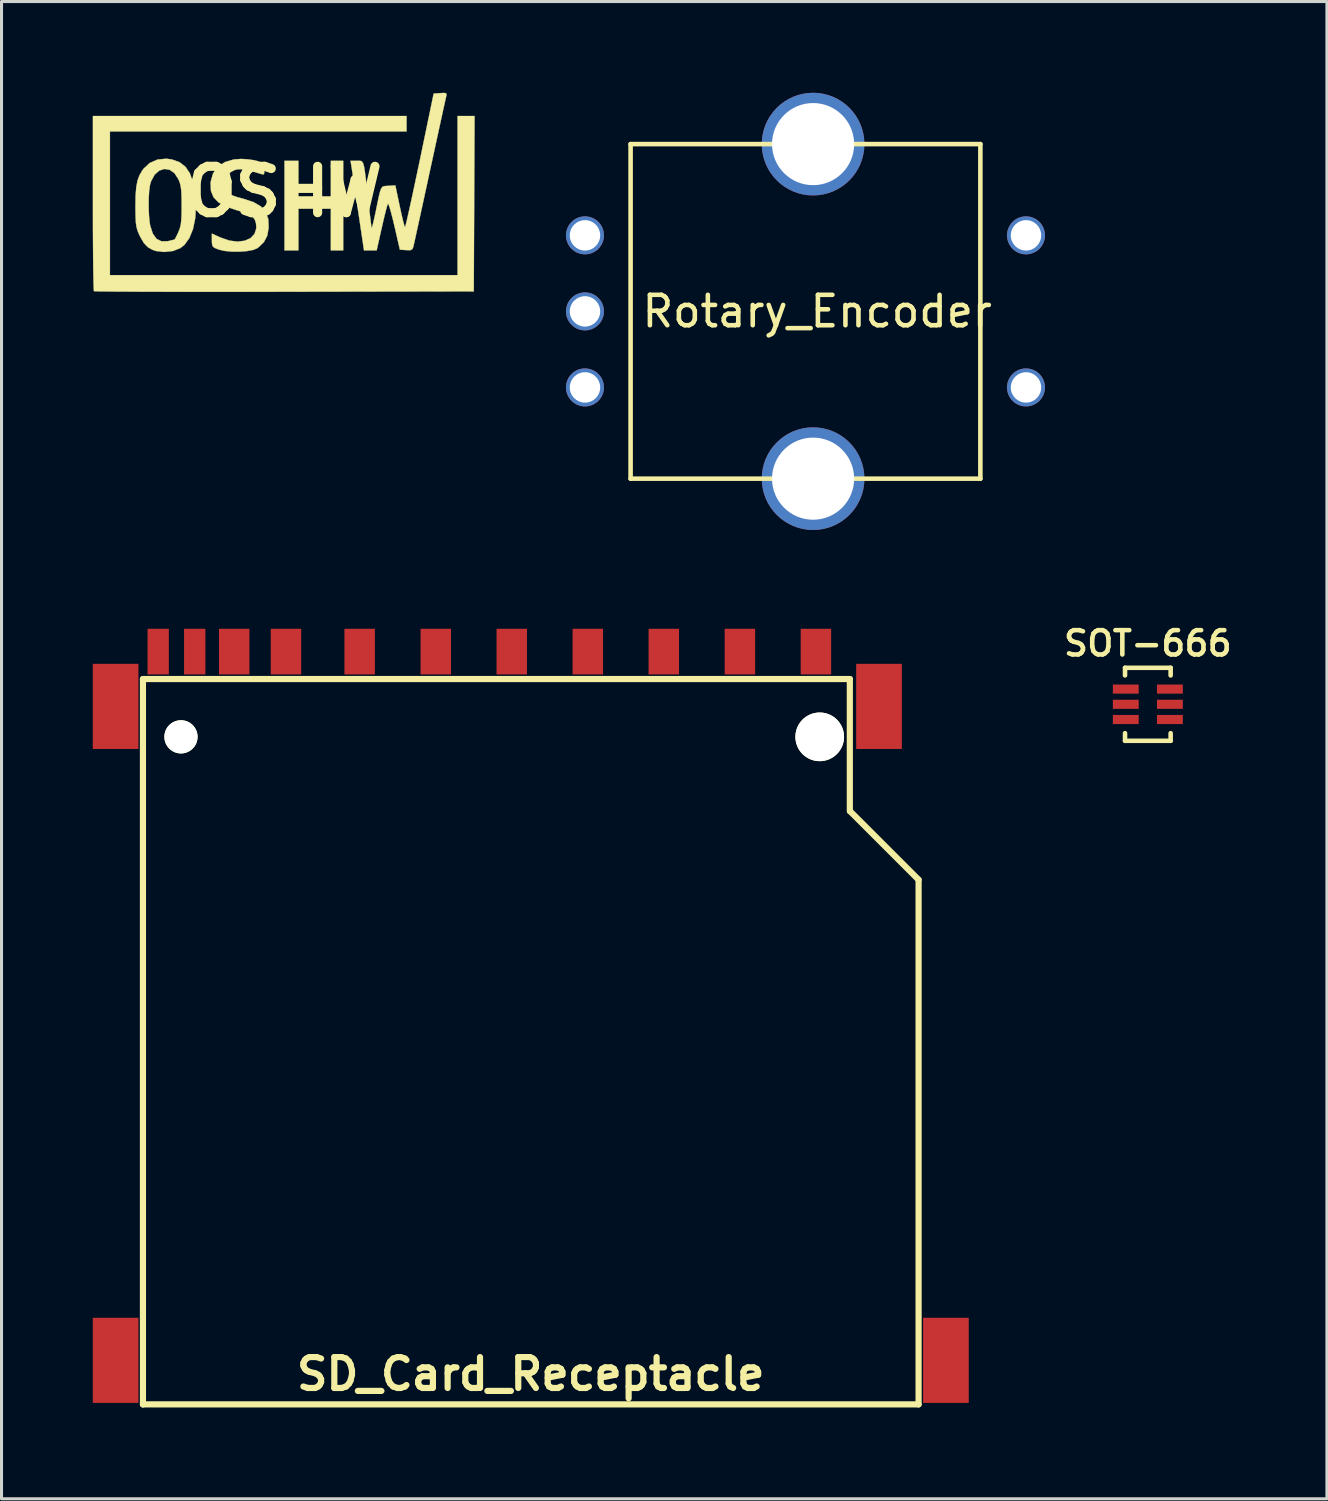
<source format=kicad_pcb>
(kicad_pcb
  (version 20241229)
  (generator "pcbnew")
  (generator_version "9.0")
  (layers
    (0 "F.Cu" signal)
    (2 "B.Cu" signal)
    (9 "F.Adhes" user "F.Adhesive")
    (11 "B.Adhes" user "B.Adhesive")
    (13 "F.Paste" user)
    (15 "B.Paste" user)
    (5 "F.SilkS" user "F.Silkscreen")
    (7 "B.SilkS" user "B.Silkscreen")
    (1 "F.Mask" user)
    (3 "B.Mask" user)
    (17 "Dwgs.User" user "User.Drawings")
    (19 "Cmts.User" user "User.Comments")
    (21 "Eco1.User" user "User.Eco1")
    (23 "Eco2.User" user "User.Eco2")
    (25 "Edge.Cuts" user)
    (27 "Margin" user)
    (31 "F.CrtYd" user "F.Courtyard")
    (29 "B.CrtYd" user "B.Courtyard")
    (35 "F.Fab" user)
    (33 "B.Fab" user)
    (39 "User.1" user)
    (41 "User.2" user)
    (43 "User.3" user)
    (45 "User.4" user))
  (footprint "OSHW"
    (layer "F.Cu")
    (at 6.304 3.253)
    (property "Reference" "OSHW" (at 0 0 0) (layer "F.SilkS") (effects (font (size 1.524 1.524) (thickness 0.3))))
    (attr through_hole)
    (fp_poly (pts (xy 0.457 0.152) (xy 1.524 0.152) (xy 1.524 -1.016) (xy 1.93 -1.016) (xy 1.93 1.93) (xy 1.524 1.93) (xy 1.524 0.559) (xy 0.457 0.559) (xy 0.457 1.93) (xy 0 1.93) (xy 0 -1.016) (xy 0.457 -1.016) (xy 0.457 0.152)) (stroke (width 0.01) (type solid)) (fill yes) (layer "F.SilkS"))
    (fp_poly (pts (xy 6.236 0.394) (xy 6.223 3.277) (xy -0.004 3.289) (xy -0.791 3.291) (xy -1.55 3.292) (xy -2.275 3.292) (xy -2.958 3.292) (xy -3.595 3.291) (xy -4.18 3.289) (xy -4.704 3.288) (xy -5.164 3.285) (xy -5.552 3.283) (xy -5.862 3.279) (xy -6.089 3.276) (xy -6.225 3.272) (xy -6.265 3.268) (xy -6.271 3.213) (xy -6.277 3.064) (xy -6.283 2.833) (xy -6.288 2.528) (xy -6.292 2.158) (xy -6.295 1.732) (xy -6.298 1.26) (xy -6.299 0.751) (xy -6.299 0.373) (xy -6.299 -2.489) (xy 4.013 -2.489) (xy 4.013 -1.981) (xy -5.74 -1.981) (xy -5.74 2.743) (xy 5.69 2.743) (xy 5.69 -2.489) (xy 5.969 -2.489) (xy 6.249 -2.489) (xy 6.236 0.394)) (stroke (width 0.01) (type solid)) (fill yes) (layer "F.SilkS"))
    (fp_poly (pts (xy -1.211 -1.065) (xy -1.006 -1.036) (xy -0.889 -1.007) (xy -0.758 -0.954) (xy -0.696 -0.888) (xy -0.672 -0.771) (xy -0.67 -0.742) (xy -0.664 -0.617) (xy -0.685 -0.569) (xy -0.748 -0.576) (xy -0.771 -0.583) (xy -1.059 -0.67) (xy -1.273 -0.722) (xy -1.434 -0.742) (xy -1.562 -0.733) (xy -1.658 -0.705) (xy -1.865 -0.587) (xy -1.987 -0.425) (xy -2.017 -0.231) (xy -2.011 -0.182) (xy -1.972 -0.064) (xy -1.896 0.028) (xy -1.766 0.104) (xy -1.565 0.175) (xy -1.351 0.233) (xy -1.015 0.344) (xy -0.771 0.488) (xy -0.612 0.675) (xy -0.532 0.91) (xy -0.521 1.182) (xy -0.567 1.448) (xy -0.677 1.657) (xy -0.869 1.84) (xy -0.883 1.851) (xy -1.022 1.912) (xy -1.231 1.952) (xy -1.48 1.972) (xy -1.742 1.97) (xy -1.985 1.945) (xy -2.172 1.899) (xy -2.305 1.844) (xy -2.368 1.785) (xy -2.386 1.684) (xy -2.388 1.599) (xy -2.388 1.377) (xy -2.108 1.505) (xy -1.816 1.607) (xy -1.545 1.641) (xy -1.307 1.612) (xy -1.117 1.526) (xy -0.986 1.388) (xy -0.927 1.202) (xy -0.936 1.045) (xy -0.976 0.918) (xy -1.054 0.819) (xy -1.187 0.738) (xy -1.392 0.661) (xy -1.581 0.605) (xy -1.923 0.489) (xy -2.172 0.351) (xy -2.334 0.182) (xy -2.418 -0.025) (xy -2.431 -0.279) (xy -2.426 -0.332) (xy -2.349 -0.603) (xy -2.192 -0.819) (xy -1.962 -0.973) (xy -1.669 -1.06) (xy -1.423 -1.078) (xy -1.211 -1.065)) (stroke (width 0.01) (type solid)) (fill yes) (layer "F.SilkS"))
    (fp_poly (pts (xy -3.697 -1.059) (xy -3.449 -0.969) (xy -3.255 -0.819) (xy -3.109 -0.599) (xy -3.005 -0.3) (xy -2.942 0.041) (xy -2.911 0.469) (xy -2.934 0.868) (xy -3.007 1.223) (xy -3.127 1.521) (xy -3.289 1.747) (xy -3.427 1.856) (xy -3.669 1.949) (xy -3.949 1.981) (xy -4.221 1.951) (xy -4.343 1.91) (xy -4.498 1.82) (xy -4.623 1.688) (xy -4.739 1.491) (xy -4.785 1.395) (xy -4.834 1.276) (xy -4.867 1.156) (xy -4.887 1.012) (xy -4.897 0.819) (xy -4.901 0.553) (xy -4.901 0.525) (xy -4.466 0.525) (xy -4.454 0.808) (xy -4.428 1.046) (xy -4.416 1.113) (xy -4.331 1.377) (xy -4.209 1.549) (xy -4.045 1.631) (xy -3.835 1.627) (xy -3.785 1.615) (xy -3.674 1.587) (xy -3.617 1.575) (xy -3.617 1.575) (xy -3.589 1.533) (xy -3.534 1.425) (xy -3.492 1.333) (xy -3.444 1.214) (xy -3.412 1.089) (xy -3.393 0.934) (xy -3.384 0.726) (xy -3.382 0.457) (xy -3.385 0.173) (xy -3.394 -0.034) (xy -3.414 -0.187) (xy -3.447 -0.311) (xy -3.488 -0.41) (xy -3.618 -0.61) (xy -3.778 -0.721) (xy -3.951 -0.748) (xy -4.12 -0.693) (xy -4.27 -0.559) (xy -4.384 -0.351) (xy -4.422 -0.225) (xy -4.45 -0.027) (xy -4.465 0.235) (xy -4.466 0.525) (xy -4.901 0.525) (xy -4.901 0.483) (xy -4.896 0.128) (xy -4.874 -0.147) (xy -4.834 -0.363) (xy -4.768 -0.541) (xy -4.674 -0.701) (xy -4.64 -0.749) (xy -4.434 -0.943) (xy -4.177 -1.057) (xy -3.882 -1.085) (xy -3.697 -1.059)) (stroke (width 0.01) (type solid)) (fill yes) (layer "F.SilkS"))
    (fp_poly (pts (xy 5.32 -3.23) (xy 5.326 -3.177) (xy 5.317 -3.14) (xy 5.301 -3.068) (xy 5.265 -2.906) (xy 5.212 -2.667) (xy 5.145 -2.358) (xy 5.065 -1.992) (xy 4.975 -1.578) (xy 4.877 -1.126) (xy 4.778 -0.673) (xy 4.675 -0.195) (xy 4.577 0.255) (xy 4.487 0.669) (xy 4.407 1.034) (xy 4.34 1.341) (xy 4.288 1.579) (xy 4.252 1.738) (xy 4.237 1.806) (xy 4.204 1.889) (xy 4.14 1.922) (xy 4.012 1.921) (xy 3.998 1.92) (xy 3.793 1.905) (xy 3.615 1.129) (xy 3.552 0.868) (xy 3.495 0.649) (xy 3.447 0.489) (xy 3.413 0.402) (xy 3.401 0.392) (xy 3.378 0.453) (xy 3.338 0.596) (xy 3.287 0.8) (xy 3.228 1.049) (xy 3.198 1.181) (xy 3.03 1.93) (xy 2.614 1.93) (xy 2.423 0.648) (xy 2.37 0.288) (xy 2.32 -0.049) (xy 2.275 -0.345) (xy 2.239 -0.586) (xy 2.213 -0.755) (xy 2.202 -0.826) (xy 2.171 -1.016) (xy 2.377 -1.016) (xy 2.449 -1.017) (xy 2.504 -1.013) (xy 2.547 -0.992) (xy 2.581 -0.942) (xy 2.61 -0.851) (xy 2.636 -0.707) (xy 2.664 -0.5) (xy 2.697 -0.217) (xy 2.738 0.155) (xy 2.744 0.203) (xy 2.778 0.503) (xy 2.809 0.768) (xy 2.835 0.983) (xy 2.854 1.13) (xy 2.864 1.192) (xy 2.879 1.166) (xy 2.909 1.058) (xy 2.949 0.885) (xy 2.993 0.684) (xy 3.056 0.373) (xy 3.104 0.146) (xy 3.143 -0.008) (xy 3.179 -0.106) (xy 3.219 -0.159) (xy 3.269 -0.182) (xy 3.336 -0.189) (xy 3.412 -0.193) (xy 3.644 -0.208) (xy 3.789 0.48) (xy 3.843 0.729) (xy 3.892 0.938) (xy 3.932 1.089) (xy 3.958 1.163) (xy 3.962 1.168) (xy 3.978 1.12) (xy 4.012 0.983) (xy 4.062 0.766) (xy 4.126 0.479) (xy 4.202 0.133) (xy 4.286 -0.262) (xy 4.378 -0.697) (xy 4.448 -1.029) (xy 4.904 -3.226) (xy 5.126 -3.242) (xy 5.262 -3.248) (xy 5.32 -3.23)) (stroke (width 0.01) (type solid)) (fill yes) (layer "F.SilkS")))
  (footprint "SOT-666"
    (layer "F.Cu")
    (at 34.689 20.106)
    (property "Reference" "SOT-666" (at 0 -2 0) (layer "F.SilkS") (effects (font (size 0.8 0.8) (thickness 0.15))))
    (attr smd)
    (fp_line (start -0.75 -1.2) (end -0.75 -0.95) (stroke (width 0.15) (type solid)) (layer "F.SilkS"))
    (fp_line (start -0.75 1.2) (end -0.75 0.95) (stroke (width 0.15) (type solid)) (layer "F.SilkS"))
    (fp_line (start -0.75 1.2) (end 0.75 1.2) (stroke (width 0.15) (type solid)) (layer "F.SilkS"))
    (fp_line (start 0.75 -1.2) (end -0.75 -1.2) (stroke (width 0.15) (type solid)) (layer "F.SilkS"))
    (fp_line (start 0.75 -1.2) (end 0.75 -0.95) (stroke (width 0.15) (type solid)) (layer "F.SilkS"))
    (fp_line (start 0.75 1.2) (end 0.75 0.95) (stroke (width 0.15) (type solid)) (layer "F.SilkS"))
    (pad "1" smd rect (at -0.725 -0.5 90) (size 0.3 0.85) (layers "F.Cu" "F.Mask" "F.Paste"))
    (pad "2" smd rect (at -0.725 0 90) (size 0.3 0.85) (layers "F.Cu" "F.Mask" "F.Paste"))
    (pad "3" smd rect (at -0.725 0.5 90) (size 0.3 0.85) (layers "F.Cu" "F.Mask" "F.Paste"))
    (pad "4" smd rect (at 0.725 0.5 90) (size 0.3 0.85) (layers "F.Cu" "F.Mask" "F.Paste"))
    (pad "5" smd rect (at 0.725 0 90) (size 0.3 0.85) (layers "F.Cu" "F.Mask" "F.Paste"))
    (pad "6" smd rect (at 0.725 -0.5 90) (size 0.3 0.85) (layers "F.Cu" "F.Mask" "F.Paste")))
  (footprint "SD_Card_Receptacle"
    (layer "F.Cu")
    (at 14.401 17.625)
    (property "Reference" "SD_Card_Receptacle" (at 0 24.5 0) (layer "F.SilkS") (effects (font (size 1.016 1.016) (thickness 0.203))))
    (attr through_hole)
    (fp_line (start -12.751 1.651) (end 10.49 1.651) (stroke (width 0.203) (type solid)) (layer "F.SilkS"))
    (fp_line (start -12.751 25.502) (end -12.751 1.651) (stroke (width 0.203) (type solid)) (layer "F.SilkS"))
    (fp_line (start 10.49 1.651) (end 10.49 5.994) (stroke (width 0.203) (type solid)) (layer "F.SilkS"))
    (fp_line (start 10.5 5.999) (end 12.751 8.25) (stroke (width 0.203) (type solid)) (layer "F.SilkS"))
    (fp_line (start 12.751 8.25) (end 12.751 25.499) (stroke (width 0.203) (type solid)) (layer "F.SilkS"))
    (fp_line (start 12.751 25.499) (end -12.751 25.499) (stroke (width 0.203) (type solid)) (layer "F.SilkS"))
    (pad "" np_thru_hole circle (at -11.501 3.551) (size 1.092 1.092) (drill 1.092) (layers "*.Cu" "*.Mask" "F.SilkS"))
    (pad "" np_thru_hole circle (at 9.5 3.551) (size 1.6 1.6) (drill 1.6) (layers "*.Cu" "*.Mask" "F.SilkS"))
    (pad "1" smd rect (at 6.876 0.749) (size 1.001 1.501) (layers "F.Cu" "F.Mask" "F.Paste"))
    (pad "2" smd rect (at 4.374 0.749) (size 1.001 1.501) (layers "F.Cu" "F.Mask" "F.Paste"))
    (pad "3" smd rect (at 1.875 0.749) (size 1.001 1.501) (layers "F.Cu" "F.Mask" "F.Paste"))
    (pad "4" smd rect (at -0.625 0.749) (size 1.001 1.501) (layers "F.Cu" "F.Mask" "F.Paste"))
    (pad "5" smd rect (at -3.124 0.749) (size 1.001 1.501) (layers "F.Cu" "F.Mask" "F.Paste"))
    (pad "6" smd rect (at -5.626 0.749) (size 1.001 1.501) (layers "F.Cu" "F.Mask" "F.Paste"))
    (pad "7" smd rect (at -8.049 0.749) (size 1.001 1.501) (layers "F.Cu" "F.Mask" "F.Paste"))
    (pad "8" smd rect (at -9.751 0.749) (size 1.001 1.501) (layers "F.Cu" "F.Mask" "F.Paste"))
    (pad "9" smd rect (at 9.375 0.749) (size 1.001 1.501) (layers "F.Cu" "F.Mask" "F.Paste"))
    (pad "10" smd rect (at -11.049 0.749) (size 0.701 1.501) (layers "F.Cu" "F.Mask" "F.Paste"))
    (pad "11" smd rect (at -12.25 0.749) (size 0.701 1.501) (layers "F.Cu" "F.Mask" "F.Paste"))
    (pad "12" smd rect (at -13.65 2.55) (size 1.501 2.799) (layers "F.Cu" "F.Mask" "F.Paste"))
    (pad "13" smd rect (at 11.45 2.55) (size 1.501 2.799) (layers "F.Cu" "F.Mask" "F.Paste"))
    (pad "14" smd rect (at 13.65 24.051) (size 1.501 2.799) (layers "F.Cu" "F.Mask" "F.Paste"))
    (pad "15" smd rect (at -13.65 24.051) (size 1.501 2.799) (layers "F.Cu" "F.Mask" "F.Paste")))
  (footprint "Rotary_Encoder"
    (layer "F.Cu")
    (at 23.683 8.188)
    (property "Reference" "Rotary_Encoder" (at 0.135 -1 0) (layer "F.SilkS") (effects (font (size 1 1) (thickness 0.15))))
    (attr through_hole)
    (fp_line (start -6 -6.5) (end -6 4.5) (stroke (width 0.15) (type solid)) (layer "F.SilkS"))
    (fp_line (start -6 4.5) (end 5.5 4.5) (stroke (width 0.15) (type solid)) (layer "F.SilkS"))
    (fp_line (start 5.5 -6.5) (end -6 -6.5) (stroke (width 0.15) (type solid)) (layer "F.SilkS"))
    (fp_line (start 5.5 4.5) (end 5.5 -6.5) (stroke (width 0.15) (type solid)) (layer "F.SilkS"))
    (pad "1" thru_hole circle (at -7.5 -3.5) (size 1.25 1.25) (drill 1) (layers "*.Cu" "*.Mask"))
    (pad "2" thru_hole circle (at -7.5 -1) (size 1.25 1.25) (drill 1) (layers "*.Cu" "*.Mask"))
    (pad "3" thru_hole circle (at -7.5 1.5) (size 1.25 1.25) (drill 1) (layers "*.Cu" "*.Mask"))
    (pad "4" thru_hole circle (at 7 1.5) (size 1.25 1.25) (drill 1) (layers "*.Cu" "*.Mask"))
    (pad "5" thru_hole circle (at 7 -3.5) (size 1.25 1.25) (drill 1) (layers "*.Cu" "*.Mask"))
    (pad "6" thru_hole circle (at 0 -6.5) (size 3.375 3.375) (drill 2.7) (layers "*.Cu" "*.Mask"))
    (pad "7" thru_hole circle (at 0 4.5) (size 3.375 3.375) (drill 2.7) (layers "*.Cu" "*.Mask")))
  (gr_rect
    (start -3 -3)
    (end 40.577 46.228)
    (stroke (width 0.1) (type default))
    (fill no)
    (layer "Edge.Cuts")))
</source>
